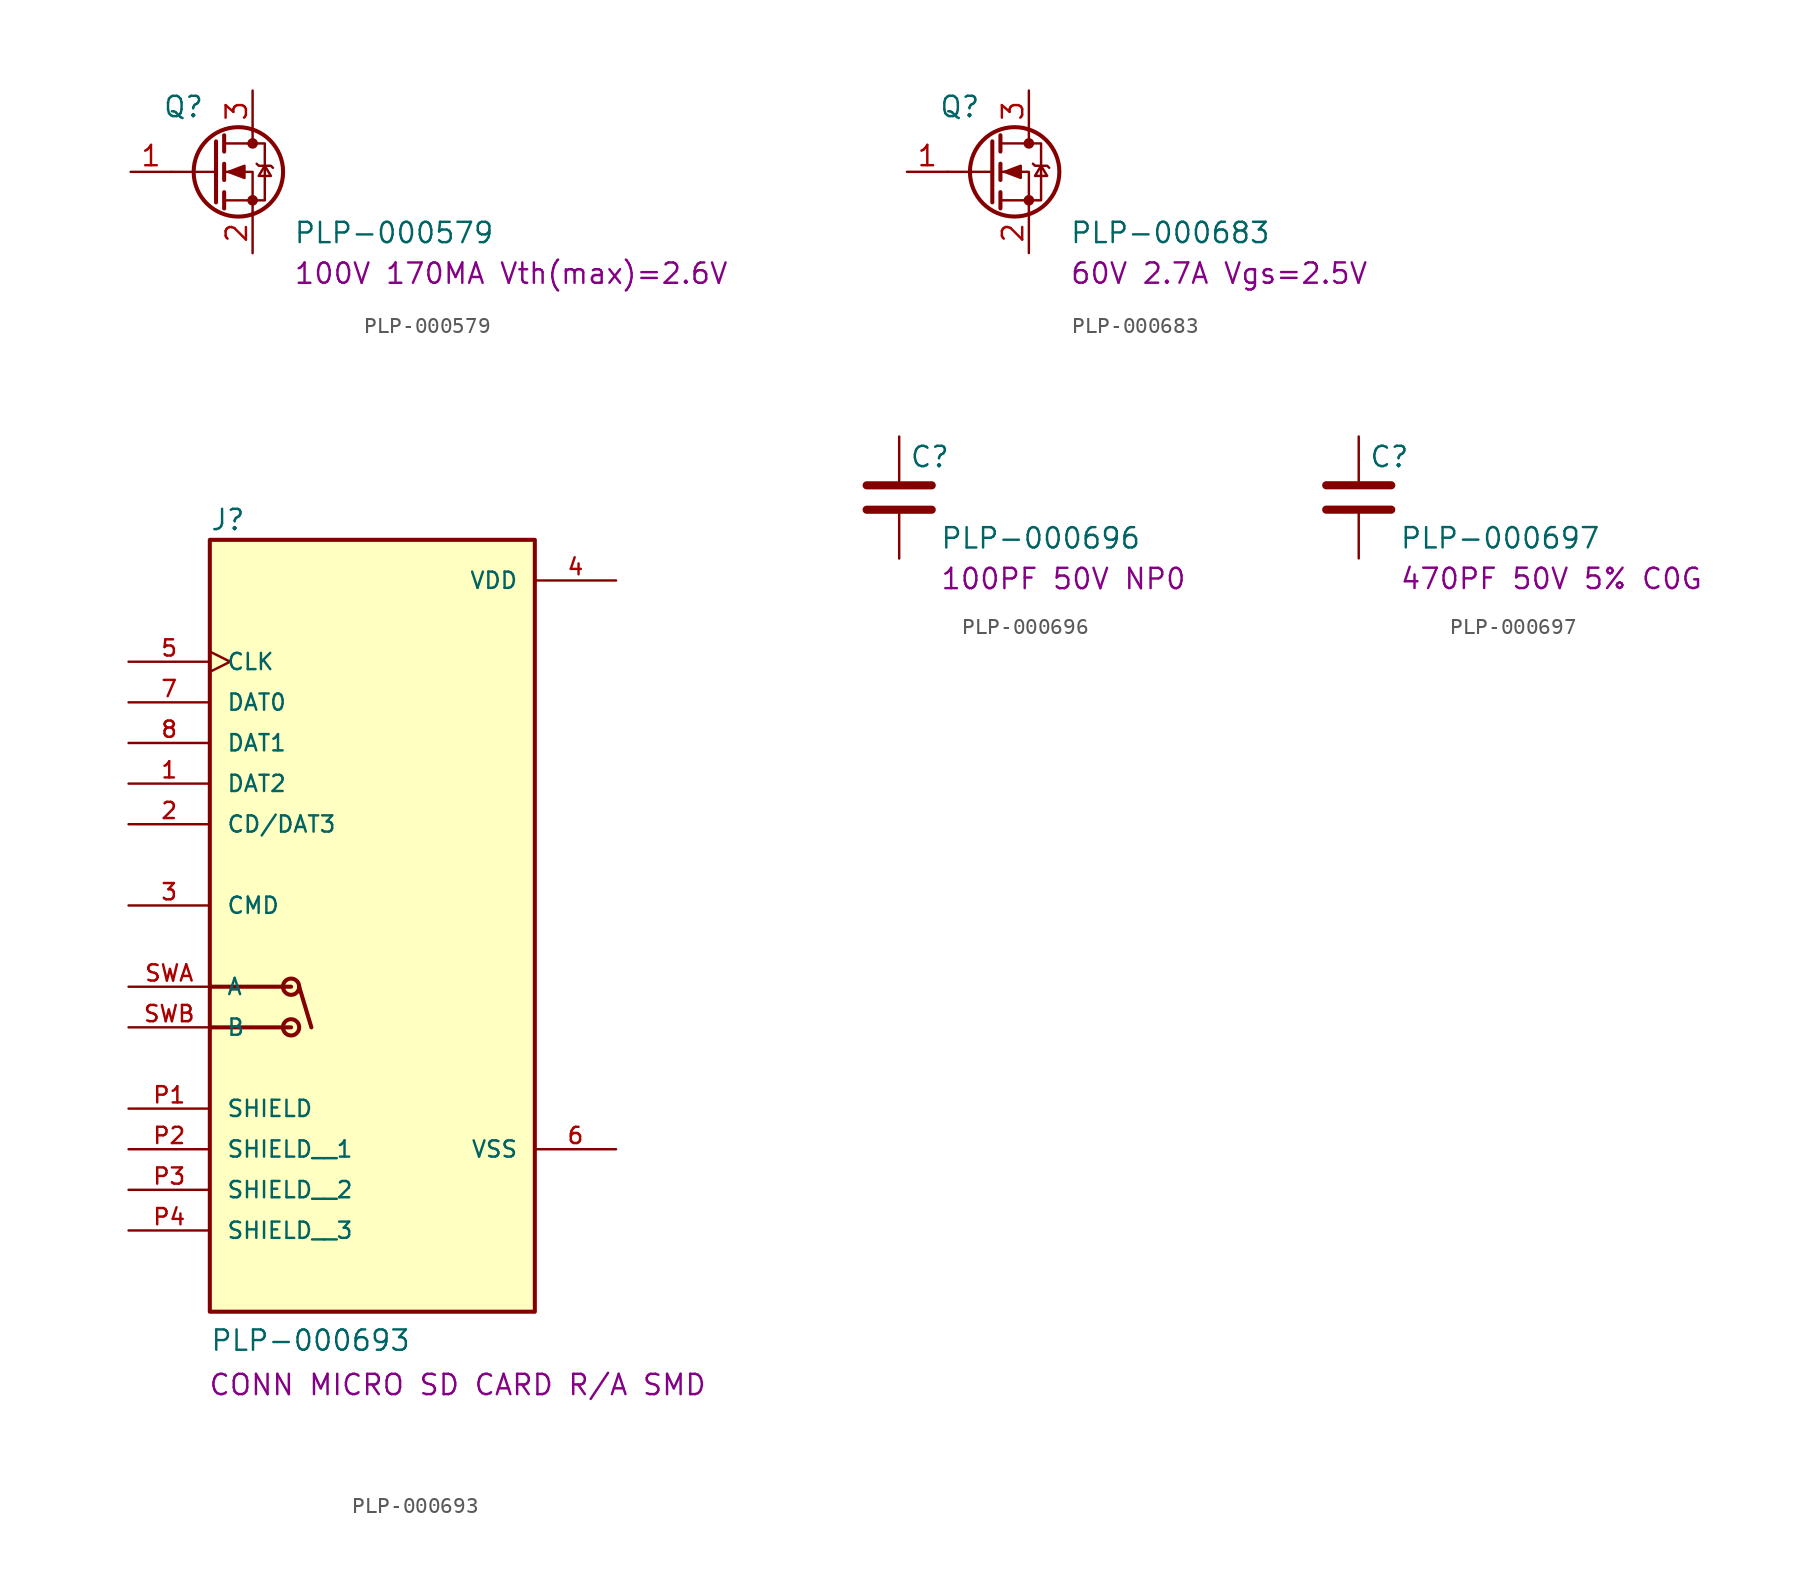
<source format=kicad_sym>
(kicad_symbol_lib
  (version 20241209)
  (generator "kicad_symbol_editor")
  (generator_version "9.0")
  (symbol "PLP-000579"
    (pin_names
      (hide yes))
    (property "Reference" "Q"
      (at -1.778 4.064 0)
      (effects (font (size 1.27 1.27))))
    (property "Value" "PLP-000579"
      (at 5.08 -3.81 0)
      (effects (font (size 1.27 1.27)) (justify left)))
    (property "Info" "100V 170MA Vth(max)=2.6V"
      (at 5.08 -6.35 0)
      (effects (font (size 1.27 1.27)) (justify left)))
    (symbol "PLP-000579_0_1"
      (polyline (pts (xy 0.254 1.905) (xy 0.254 -1.905)) (stroke (width 0.254) (type default)) (fill (type none)))
      (polyline (pts (xy 0.254 0) (xy -2.54 0)) (stroke (width 0) (type default)) (fill (type none)))
      (polyline (pts (xy 0.762 2.286) (xy 0.762 1.27)) (stroke (width 0.254) (type default)) (fill (type none)))
      (polyline (pts (xy 0.762 0.508) (xy 0.762 -0.508)) (stroke (width 0.254) (type default)) (fill (type none)))
      (polyline (pts (xy 0.762 -1.27) (xy 0.762 -2.286)) (stroke (width 0.254) (type default)) (fill (type none)))
      (polyline (pts (xy 0.762 -1.778) (xy 3.302 -1.778) (xy 3.302 1.778) (xy 0.762 1.778)) (stroke (width 0) (type default)) (fill (type none)))
      (polyline (pts (xy 1.016 0) (xy 2.032 0.381) (xy 2.032 -0.381) (xy 1.016 0)) (stroke (width 0) (type default)) (fill (type outline)))
      (circle (center 1.651 0) (radius 2.794) (stroke (width 0.254) (type default)) (fill (type none)))
      (polyline (pts (xy 2.54 2.54) (xy 2.54 1.778)) (stroke (width 0) (type default)) (fill (type none)))
      (circle (center 2.54 1.778) (radius 0.254) (stroke (width 0) (type default)) (fill (type outline)))
      (circle (center 2.54 -1.778) (radius 0.254) (stroke (width 0) (type default)) (fill (type outline)))
      (polyline (pts (xy 2.54 -2.54) (xy 2.54 0) (xy 0.762 0)) (stroke (width 0) (type default)) (fill (type none)))
      (polyline (pts (xy 2.794 0.508) (xy 2.921 0.381) (xy 3.683 0.381) (xy 3.81 0.254)) (stroke (width 0) (type default)) (fill (type none)))
      (polyline (pts (xy 3.302 0.381) (xy 2.921 -0.254) (xy 3.683 -0.254) (xy 3.302 0.381)) (stroke (width 0) (type default)) (fill (type none))))
    (symbol "PLP-000579_1_1"
      (pin input line (at -5.08 0 0) (length 2.54) (name "G" (effects (font (size 1.27 1.27)))) (number "1" (effects (font (size 1.27 1.27)))))
      (pin passive line (at 2.54 5.08 270) (length 2.54) (name "D" (effects (font (size 1.27 1.27)))) (number "3" (effects (font (size 1.27 1.27)))))
      (pin passive line (at 2.54 -5.08 90) (length 2.54) (name "S" (effects (font (size 1.27 1.27)))) (number "2" (effects (font (size 1.27 1.27)))))))
  (symbol "PLP-000683"
    (pin_names
      (hide yes))
    (property "Reference" "Q"
      (at -1.778 4.064 0)
      (effects (font (size 1.27 1.27))))
    (property "Value" "PLP-000683"
      (at 5.08 -3.81 0)
      (effects (font (size 1.27 1.27)) (justify left)))
    (property "Info" "60V 2.7A Vgs=2.5V"
      (at 5.08 -6.35 0)
      (effects (font (size 1.27 1.27)) (justify left)))
    (symbol "PLP-000683_0_1"
      (polyline (pts (xy 0.254 1.905) (xy 0.254 -1.905)) (stroke (width 0.254) (type default)) (fill (type none)))
      (polyline (pts (xy 0.254 0) (xy -2.54 0)) (stroke (width 0) (type default)) (fill (type none)))
      (polyline (pts (xy 0.762 2.286) (xy 0.762 1.27)) (stroke (width 0.254) (type default)) (fill (type none)))
      (polyline (pts (xy 0.762 0.508) (xy 0.762 -0.508)) (stroke (width 0.254) (type default)) (fill (type none)))
      (polyline (pts (xy 0.762 -1.27) (xy 0.762 -2.286)) (stroke (width 0.254) (type default)) (fill (type none)))
      (polyline (pts (xy 0.762 -1.778) (xy 3.302 -1.778) (xy 3.302 1.778) (xy 0.762 1.778)) (stroke (width 0) (type default)) (fill (type none)))
      (polyline (pts (xy 1.016 0) (xy 2.032 0.381) (xy 2.032 -0.381) (xy 1.016 0)) (stroke (width 0) (type default)) (fill (type outline)))
      (circle (center 1.651 0) (radius 2.794) (stroke (width 0.254) (type default)) (fill (type none)))
      (polyline (pts (xy 2.54 2.54) (xy 2.54 1.778)) (stroke (width 0) (type default)) (fill (type none)))
      (circle (center 2.54 1.778) (radius 0.254) (stroke (width 0) (type default)) (fill (type outline)))
      (circle (center 2.54 -1.778) (radius 0.254) (stroke (width 0) (type default)) (fill (type outline)))
      (polyline (pts (xy 2.54 -2.54) (xy 2.54 0) (xy 0.762 0)) (stroke (width 0) (type default)) (fill (type none)))
      (polyline (pts (xy 2.794 0.508) (xy 2.921 0.381) (xy 3.683 0.381) (xy 3.81 0.254)) (stroke (width 0) (type default)) (fill (type none)))
      (polyline (pts (xy 3.302 0.381) (xy 2.921 -0.254) (xy 3.683 -0.254) (xy 3.302 0.381)) (stroke (width 0) (type default)) (fill (type none))))
    (symbol "PLP-000683_1_1"
      (pin input line (at -5.08 0 0) (length 2.54) (name "G" (effects (font (size 1.27 1.27)))) (number "1" (effects (font (size 1.27 1.27)))))
      (pin passive line (at 2.54 5.08 270) (length 2.54) (name "D" (effects (font (size 1.27 1.27)))) (number "3" (effects (font (size 1.27 1.27)))))
      (pin passive line (at 2.54 -5.08 90) (length 2.54) (name "S" (effects (font (size 1.27 1.27)))) (number "2" (effects (font (size 1.27 1.27)))))))
  (symbol "PLP-000693"
    (pin_names
      (offset 1.016))
    (property "Reference" "J"
      (at -10.16 20.828 0)
      (effects (font (size 1.27 1.27)) (justify left bottom)))
    (property "Value" "PLP-000693"
      (at -10.16 -30.48 0)
      (effects (font (size 1.27 1.27)) (justify left bottom)))
    (property "Info" "CONN MICRO SD CARD R/A SMD"
      (at 5.334 -32.512 0)
      (effects (font (size 1.27 1.27))))
    (symbol "PLP-000693_0_0"
      (polyline (pts (xy -10.16 -7.62) (xy -5.08 -7.62)) (stroke (width 0.254) (type default)) (fill (type none)))
      (polyline (pts (xy -10.16 -10.16) (xy -5.08 -10.16)) (stroke (width 0.254) (type default)) (fill (type none)))
      (rectangle (start -10.16 -27.94) (end 10.16 20.32) (stroke (width 0.254) (type default)) (fill (type background)))
      (circle (center -5.08 -7.62) (radius 0.508) (stroke (width 0.254) (type default)) (fill (type none)))
      (circle (center -5.08 -10.16) (radius 0.508) (stroke (width 0.254) (type default)) (fill (type none)))
      (polyline (pts (xy -4.572 -7.62) (xy -3.81 -10.16)) (stroke (width 0.254) (type default)) (fill (type none)))
      (pin bidirectional clock (at -15.24 12.7 0) (length 5.08) (name "CLK" (effects (font (size 1.016 1.016)))) (number "5" (effects (font (size 1.016 1.016)))))
      (pin bidirectional line (at -15.24 10.16 0) (length 5.08) (name "DAT0" (effects (font (size 1.016 1.016)))) (number "7" (effects (font (size 1.016 1.016)))))
      (pin bidirectional line (at -15.24 7.62 0) (length 5.08) (name "DAT1" (effects (font (size 1.016 1.016)))) (number "8" (effects (font (size 1.016 1.016)))))
      (pin bidirectional line (at -15.24 5.08 0) (length 5.08) (name "DAT2" (effects (font (size 1.016 1.016)))) (number "1" (effects (font (size 1.016 1.016)))))
      (pin bidirectional line (at -15.24 2.54 0) (length 5.08) (name "CD/DAT3" (effects (font (size 1.016 1.016)))) (number "2" (effects (font (size 1.016 1.016)))))
      (pin bidirectional line (at -15.24 -2.54 0) (length 5.08) (name "CMD" (effects (font (size 1.016 1.016)))) (number "3" (effects (font (size 1.016 1.016)))))
      (pin bidirectional line (at -15.24 -7.62 0) (length 5.08) (name "A" (effects (font (size 1.016 1.016)))) (number "SWA" (effects (font (size 1.016 1.016)))))
      (pin bidirectional line (at -15.24 -10.16 0) (length 5.08) (name "B" (effects (font (size 1.016 1.016)))) (number "SWB" (effects (font (size 1.016 1.016)))))
      (pin passive line (at -15.24 -15.24 0) (length 5.08) (name "SHIELD" (effects (font (size 1.016 1.016)))) (number "P1" (effects (font (size 1.016 1.016)))))
      (pin passive line (at -15.24 -17.78 0) (length 5.08) (name "SHIELD__1" (effects (font (size 1.016 1.016)))) (number "P2" (effects (font (size 1.016 1.016)))))
      (pin passive line (at -15.24 -20.32 0) (length 5.08) (name "SHIELD__2" (effects (font (size 1.016 1.016)))) (number "P3" (effects (font (size 1.016 1.016)))))
      (pin passive line (at -15.24 -22.86 0) (length 5.08) (name "SHIELD__3" (effects (font (size 1.016 1.016)))) (number "P4" (effects (font (size 1.016 1.016)))))
      (pin power_in line (at 15.24 17.78 180) (length 5.08) (name "VDD" (effects (font (size 1.016 1.016)))) (number "4" (effects (font (size 1.016 1.016)))))
      (pin power_in line (at 15.24 -17.78 180) (length 5.08) (name "VSS" (effects (font (size 1.016 1.016)))) (number "6" (effects (font (size 1.016 1.016)))))))
  (symbol "PLP-000696"
    (pin_numbers
      (hide yes))
    (pin_names
      (offset 0.254))
    (property "Reference" "C"
      (at 0.635 2.54 0)
      (effects (font (size 1.27 1.27)) (justify left)))
    (property "Value" "PLP-000696"
      (at 2.54 -2.54 0)
      (effects (font (size 1.27 1.27)) (justify left)))
    (property "Info" "100PF 50V NP0"
      (at 2.54 -5.08 0)
      (effects (font (size 1.27 1.27)) (justify left)))
    (symbol "PLP-000696_0_1"
      (polyline (pts (xy -2.032 0.762) (xy 2.032 0.762)) (stroke (width 0.508) (type default)) (fill (type none)))
      (polyline (pts (xy -2.032 -0.762) (xy 2.032 -0.762)) (stroke (width 0.508) (type default)) (fill (type none))))
    (symbol "PLP-000696_1_1"
      (pin passive line (at 0 3.81 270) (length 2.794) (name "~" (effects (font (size 1.27 1.27)))) (number "1" (effects (font (size 1.27 1.27)))))
      (pin passive line (at 0 -3.81 90) (length 2.794) (name "~" (effects (font (size 1.27 1.27)))) (number "2" (effects (font (size 1.27 1.27)))))))
  (symbol "PLP-000697"
    (pin_numbers
      (hide yes))
    (pin_names
      (offset 0.254))
    (property "Reference" "C"
      (at 0.635 2.54 0)
      (effects (font (size 1.27 1.27)) (justify left)))
    (property "Value" "PLP-000697"
      (at 2.54 -2.54 0)
      (effects (font (size 1.27 1.27)) (justify left)))
    (property "Info" "470PF 50V 5% C0G"
      (at 2.54 -5.08 0)
      (effects (font (size 1.27 1.27)) (justify left)))
    (symbol "PLP-000697_0_1"
      (polyline (pts (xy -2.032 0.762) (xy 2.032 0.762)) (stroke (width 0.508) (type default)) (fill (type none)))
      (polyline (pts (xy -2.032 -0.762) (xy 2.032 -0.762)) (stroke (width 0.508) (type default)) (fill (type none))))
    (symbol "PLP-000697_1_1"
      (pin passive line (at 0 3.81 270) (length 2.794) (name "~" (effects (font (size 1.27 1.27)))) (number "1" (effects (font (size 1.27 1.27)))))
      (pin passive line (at 0 -3.81 90) (length 2.794) (name "~" (effects (font (size 1.27 1.27)))) (number "2" (effects (font (size 1.27 1.27))))))))
</source>
